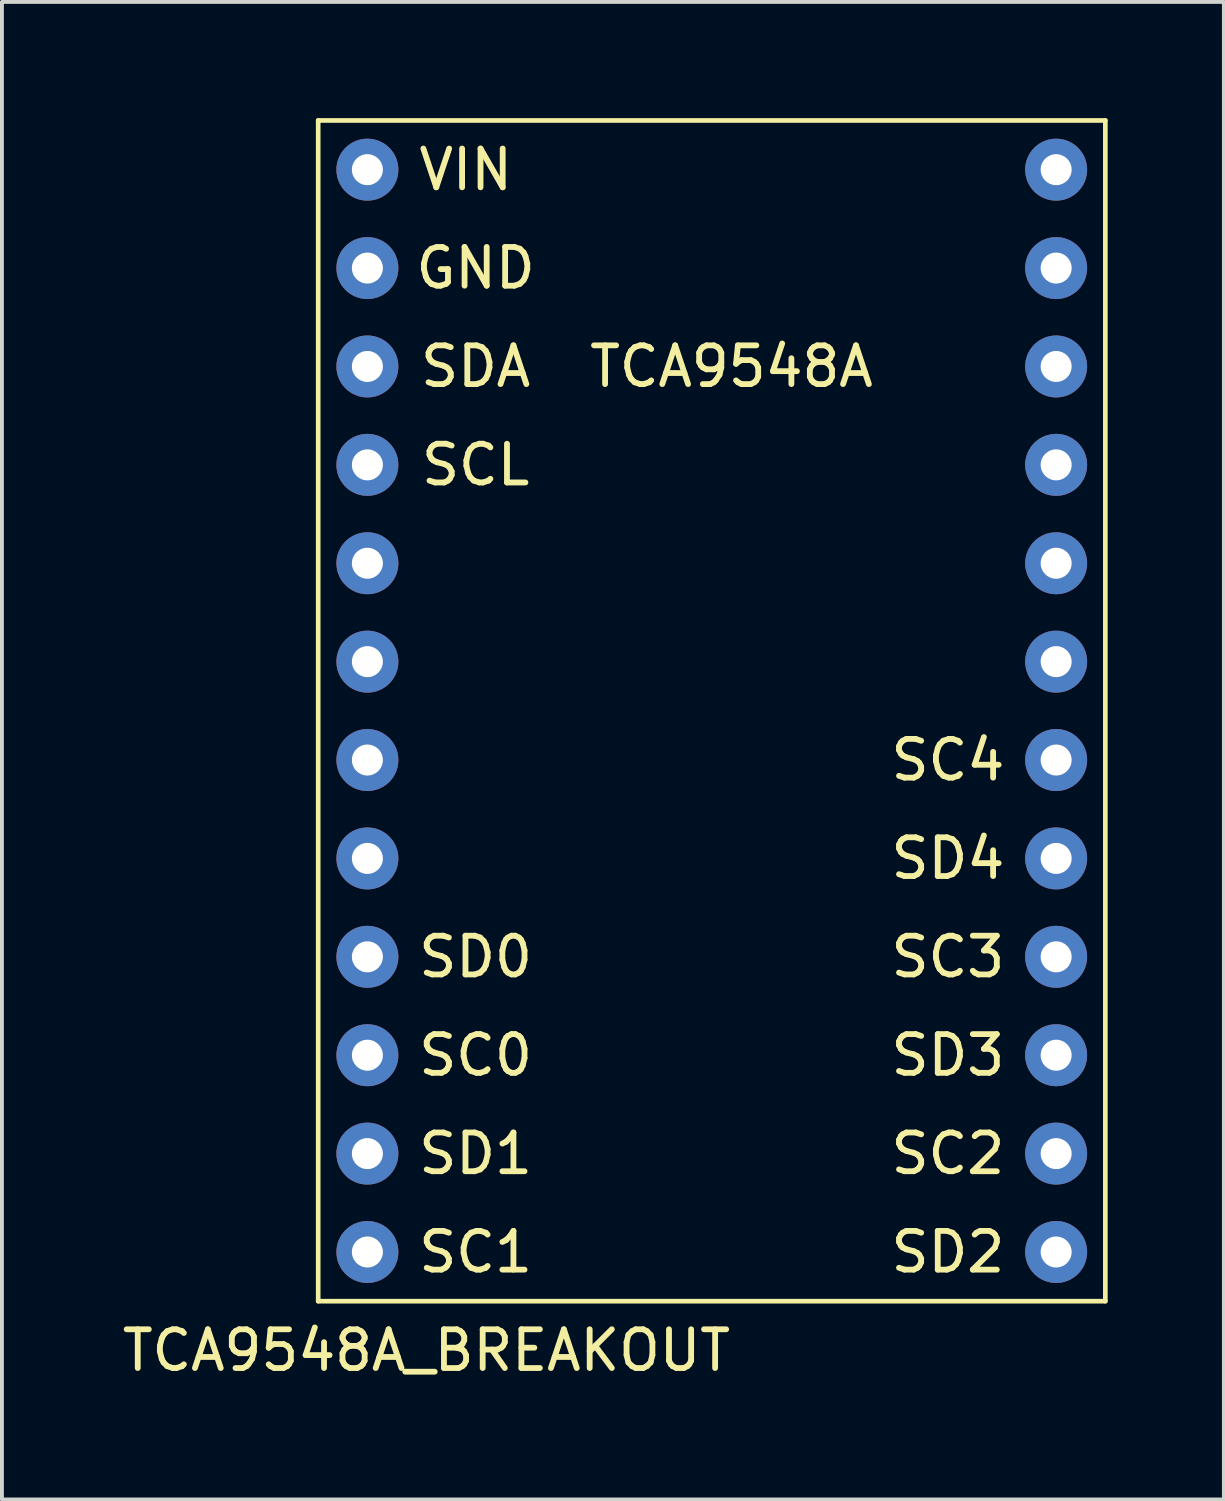
<source format=kicad_pcb>
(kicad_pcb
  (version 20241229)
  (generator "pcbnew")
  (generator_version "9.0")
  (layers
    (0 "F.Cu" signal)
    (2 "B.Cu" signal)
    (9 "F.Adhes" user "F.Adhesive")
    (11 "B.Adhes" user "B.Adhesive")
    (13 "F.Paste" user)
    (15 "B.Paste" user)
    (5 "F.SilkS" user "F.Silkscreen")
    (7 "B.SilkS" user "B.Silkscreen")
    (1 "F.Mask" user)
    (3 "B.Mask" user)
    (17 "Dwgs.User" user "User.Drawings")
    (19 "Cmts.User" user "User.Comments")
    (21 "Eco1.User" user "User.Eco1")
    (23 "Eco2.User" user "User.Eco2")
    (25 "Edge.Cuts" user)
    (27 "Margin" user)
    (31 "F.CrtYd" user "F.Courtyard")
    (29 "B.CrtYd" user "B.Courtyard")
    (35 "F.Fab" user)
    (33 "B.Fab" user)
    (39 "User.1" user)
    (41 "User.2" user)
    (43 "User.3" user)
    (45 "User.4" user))
  (footprint "TCA9548A_BREAKOUT"
    (layer "F.Cu")
    (at 6.434 29.27)
    (property "Reference" "TCA9548A_BREAKOUT" (at 1.524 2.54 0) (layer "F.SilkS") (effects (font (size 1 1) (thickness 0.15))))
    (attr through_hole)
    (fp_line (start -1.27 -29.21) (end -1.27 1.27) (stroke (width 0.12) (type solid)) (layer "F.SilkS"))
    (fp_line (start -1.27 1.27) (end 19.05 1.27) (stroke (width 0.12) (type solid)) (layer "F.SilkS"))
    (fp_line (start 19.05 -29.21) (end -1.27 -29.21) (stroke (width 0.12) (type solid)) (layer "F.SilkS"))
    (fp_line (start 19.05 1.27) (end 19.05 -29.21) (stroke (width 0.12) (type solid)) (layer "F.SilkS"))
    (fp_text user "VIN" (at 2.54 -27.94 0) (layer "F.SilkS") (effects (font (size 1 1) (thickness 0.15))))
    (fp_text user "SC2" (at 14.986 -2.54 0) (layer "F.SilkS") (effects (font (size 1 1) (thickness 0.15))))
    (fp_text user "SC0" (at 2.794 -5.08 0) (layer "F.SilkS") (effects (font (size 1 1) (thickness 0.15))))
    (fp_text user "SD1" (at 2.794 -2.54 0) (layer "F.SilkS") (effects (font (size 1 1) (thickness 0.15))))
    (fp_text user "GND" (at 2.794 -25.4 0) (layer "F.SilkS") (effects (font (size 1 1) (thickness 0.15))))
    (fp_text user "SD4" (at 14.986 -10.16 0) (layer "F.SilkS") (effects (font (size 1 1) (thickness 0.15))))
    (fp_text user "SC3" (at 14.986 -7.62 0) (layer "F.SilkS") (effects (font (size 1 1) (thickness 0.15))))
    (fp_text user "SD0" (at 2.794 -7.62 0) (layer "F.SilkS") (effects (font (size 1 1) (thickness 0.15))))
    (fp_text user "SDA" (at 2.794 -22.86 0) (layer "F.SilkS") (effects (font (size 1 1) (thickness 0.15))))
    (fp_text user "SCL" (at 2.794 -20.32 0) (layer "F.SilkS") (effects (font (size 1 1) (thickness 0.15))))
    (fp_text user "SD3" (at 14.986 -5.08 0) (layer "F.SilkS") (effects (font (size 1 1) (thickness 0.15))))
    (fp_text user "SD2" (at 14.986 0 0) (layer "F.SilkS") (effects (font (size 1 1) (thickness 0.15))))
    (fp_text user "SC1" (at 2.794 0 0) (layer "F.SilkS") (effects (font (size 1 1) (thickness 0.15))))
    (fp_text user "SC4" (at 14.986 -12.7 0) (layer "F.SilkS") (effects (font (size 1 1) (thickness 0.15))))
    (fp_text user "TCA9548A" (at 9.398 -22.86 0) (layer "F.SilkS") (effects (font (size 1 1) (thickness 0.15))))
    (pad "1" thru_hole circle (at 0 -27.94) (size 1.6 1.6) (drill 0.8) (layers "*.Cu" "*.Mask"))
    (pad "2" thru_hole circle (at 0 -25.4) (size 1.6 1.6) (drill 0.8) (layers "*.Cu" "*.Mask"))
    (pad "3" thru_hole circle (at 0 -22.86) (size 1.6 1.6) (drill 0.8) (layers "*.Cu" "*.Mask"))
    (pad "4" thru_hole circle (at 0 -20.32) (size 1.6 1.6) (drill 0.8) (layers "*.Cu" "*.Mask"))
    (pad "5" thru_hole circle (at 0 -17.78) (size 1.6 1.6) (drill 0.8) (layers "*.Cu" "*.Mask"))
    (pad "6" thru_hole circle (at 0 -15.24) (size 1.6 1.6) (drill 0.8) (layers "*.Cu" "*.Mask"))
    (pad "7" thru_hole circle (at 0 -12.7) (size 1.6 1.6) (drill 0.8) (layers "*.Cu" "*.Mask"))
    (pad "8" thru_hole circle (at 0 -10.16) (size 1.6 1.6) (drill 0.8) (layers "*.Cu" "*.Mask"))
    (pad "9" thru_hole circle (at 0 -7.62) (size 1.6 1.6) (drill 0.8) (layers "*.Cu" "*.Mask"))
    (pad "10" thru_hole circle (at 0 -5.08) (size 1.6 1.6) (drill 0.8) (layers "*.Cu" "*.Mask"))
    (pad "11" thru_hole circle (at 0 -2.54) (size 1.6 1.6) (drill 0.8) (layers "*.Cu" "*.Mask"))
    (pad "12" thru_hole circle (at 0 0) (size 1.6 1.6) (drill 0.8) (layers "*.Cu" "*.Mask"))
    (pad "13" thru_hole circle (at 17.78 0) (size 1.6 1.6) (drill 0.8) (layers "*.Cu" "*.Mask"))
    (pad "14" thru_hole circle (at 17.78 -2.54) (size 1.6 1.6) (drill 0.8) (layers "*.Cu" "*.Mask"))
    (pad "15" thru_hole circle (at 17.78 -5.08) (size 1.6 1.6) (drill 0.8) (layers "*.Cu" "*.Mask"))
    (pad "16" thru_hole circle (at 17.78 -7.62) (size 1.6 1.6) (drill 0.8) (layers "*.Cu" "*.Mask"))
    (pad "17" thru_hole circle (at 17.78 -10.16) (size 1.6 1.6) (drill 0.8) (layers "*.Cu" "*.Mask"))
    (pad "18" thru_hole circle (at 17.78 -12.7) (size 1.6 1.6) (drill 0.8) (layers "*.Cu" "*.Mask"))
    (pad "19" thru_hole circle (at 17.78 -15.24) (size 1.6 1.6) (drill 0.8) (layers "*.Cu" "*.Mask"))
    (pad "20" thru_hole circle (at 17.78 -17.78) (size 1.6 1.6) (drill 0.8) (layers "*.Cu" "*.Mask"))
    (pad "21" thru_hole circle (at 17.78 -20.32) (size 1.6 1.6) (drill 0.8) (layers "*.Cu" "*.Mask"))
    (pad "22" thru_hole circle (at 17.78 -22.86) (size 1.6 1.6) (drill 0.8) (layers "*.Cu" "*.Mask"))
    (pad "23" thru_hole circle (at 17.78 -25.4) (size 1.6 1.6) (drill 0.8) (layers "*.Cu" "*.Mask"))
    (pad "24" thru_hole circle (at 17.78 -27.94) (size 1.6 1.6) (drill 0.8) (layers "*.Cu" "*.Mask")))
  (gr_rect
    (start -3 -3)
    (end 28.544 35.658)
    (stroke (width 0.1) (type default))
    (fill no)
    (layer "Edge.Cuts")))
</source>
